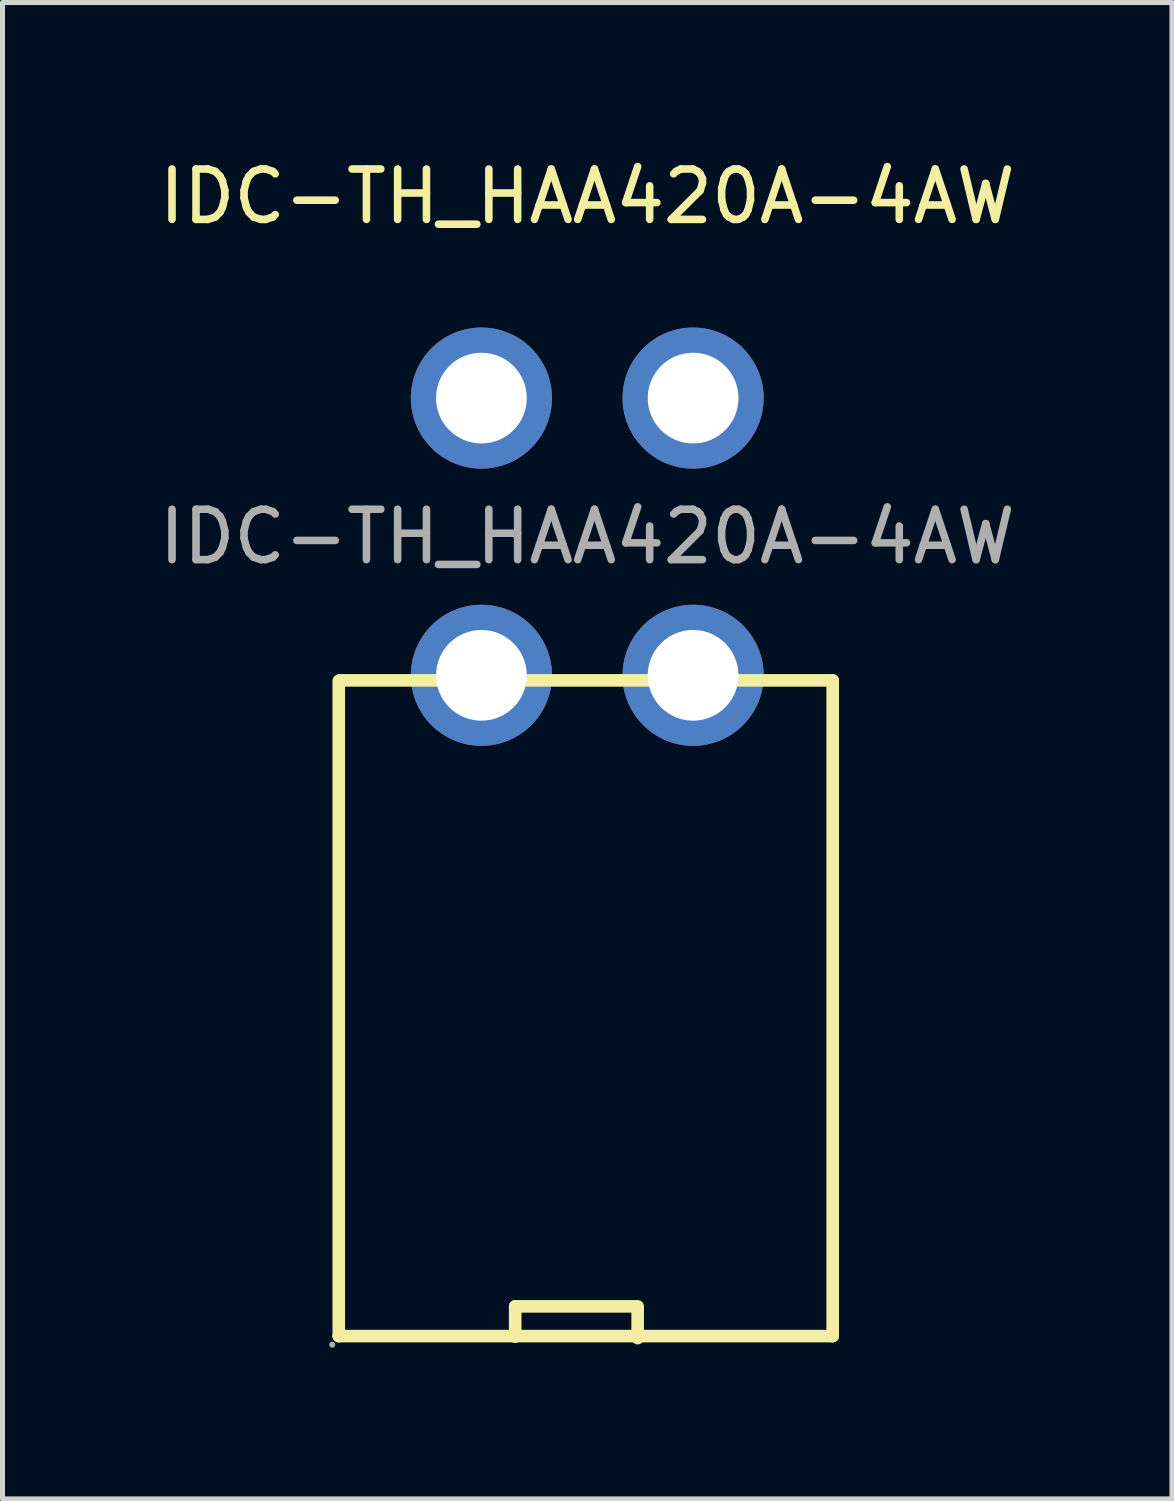
<source format=kicad_pcb>
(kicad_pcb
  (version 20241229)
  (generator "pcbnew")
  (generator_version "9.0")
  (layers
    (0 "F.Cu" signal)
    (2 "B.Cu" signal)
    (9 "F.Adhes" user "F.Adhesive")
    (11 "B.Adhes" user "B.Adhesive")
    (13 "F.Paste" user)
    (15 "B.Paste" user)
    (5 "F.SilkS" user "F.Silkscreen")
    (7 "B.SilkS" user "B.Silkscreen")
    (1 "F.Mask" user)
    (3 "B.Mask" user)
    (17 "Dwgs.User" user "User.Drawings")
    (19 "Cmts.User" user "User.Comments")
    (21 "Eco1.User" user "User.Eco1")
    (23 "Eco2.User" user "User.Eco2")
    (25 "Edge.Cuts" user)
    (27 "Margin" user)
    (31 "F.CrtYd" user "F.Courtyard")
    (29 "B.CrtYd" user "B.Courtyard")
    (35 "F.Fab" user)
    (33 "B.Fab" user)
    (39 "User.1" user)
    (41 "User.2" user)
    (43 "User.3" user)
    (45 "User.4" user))
  (footprint "IDC-TH_HAA420A-4AW"
    (layer "F.Cu")
    (at 8.601 7.598)
    (property "Reference" "IDC-TH_HAA420A-4AW" (at 0 -6.75 0) (layer "F.SilkS") (effects (font (size 1 1) (thickness 0.15))))
    (attr through_hole)
    (fp_line (start -4.93 2.86) (end -4.93 15.86) (stroke (width 0.25) (type solid)) (layer "F.SilkS"))
    (fp_line (start -4.93 15.86) (end 4.87 15.86) (stroke (width 0.25) (type solid)) (layer "F.SilkS"))
    (fp_line (start -4.91 2.85) (end 4.87 2.85) (stroke (width 0.25) (type solid)) (layer "F.SilkS"))
    (fp_line (start -1.43 15.27) (end -1.43 15.87) (stroke (width 0.25) (type solid)) (layer "F.SilkS"))
    (fp_line (start -1.43 15.27) (end 1 15.27) (stroke (width 0.25) (type solid)) (layer "F.SilkS"))
    (fp_line (start 1 15.3) (end 1 15.9) (stroke (width 0.25) (type solid)) (layer "F.SilkS"))
    (fp_line (start 4.87 2.86) (end 4.87 15.86) (stroke (width 0.25) (type solid)) (layer "F.SilkS"))
    (fp_circle (center -5.06 16.03) (end -5.03 16.03) (stroke (width 0.06) (type solid)) (fill no) (layer "F.Fab"))
    (fp_circle (center -2.1 -2.75) (end -1.7 -2.75) (stroke (width 0.8) (type solid)) (fill no) (layer "F.Fab"))
    (fp_circle (center -2.1 2.75) (end -1.7 2.75) (stroke (width 0.8) (type solid)) (fill no) (layer "F.Fab"))
    (fp_circle (center 2.1 -2.75) (end 2.5 -2.75) (stroke (width 0.8) (type solid)) (fill no) (layer "F.Fab"))
    (fp_circle (center 2.1 2.75) (end 2.5 2.75) (stroke (width 0.8) (type solid)) (fill no) (layer "F.Fab"))
    (fp_text user "${REFERENCE}" (at 0 0 0) (layer "F.Fab") (effects (font (size 1 1) (thickness 0.15))))
    (pad "1" thru_hole circle (at -2.1 2.75) (size 2.8 2.8) (drill 1.8) (layers "*.Cu" "*.Paste" "*.Mask"))
    (pad "2" thru_hole circle (at -2.1 -2.75) (size 2.8 2.8) (drill 1.8) (layers "*.Cu" "*.Paste" "*.Mask"))
    (pad "3" thru_hole circle (at 2.1 2.75) (size 2.8 2.8) (drill 1.8) (layers "*.Cu" "*.Paste" "*.Mask"))
    (pad "4" thru_hole circle (at 2.1 -2.75) (size 2.8 2.8) (drill 1.8) (layers "*.Cu" "*.Paste" "*.Mask")))
  (gr_rect
    (start -3 -3)
    (end 20.202 26.688)
    (stroke (width 0.1) (type default))
    (fill no)
    (layer "Edge.Cuts")))
</source>
